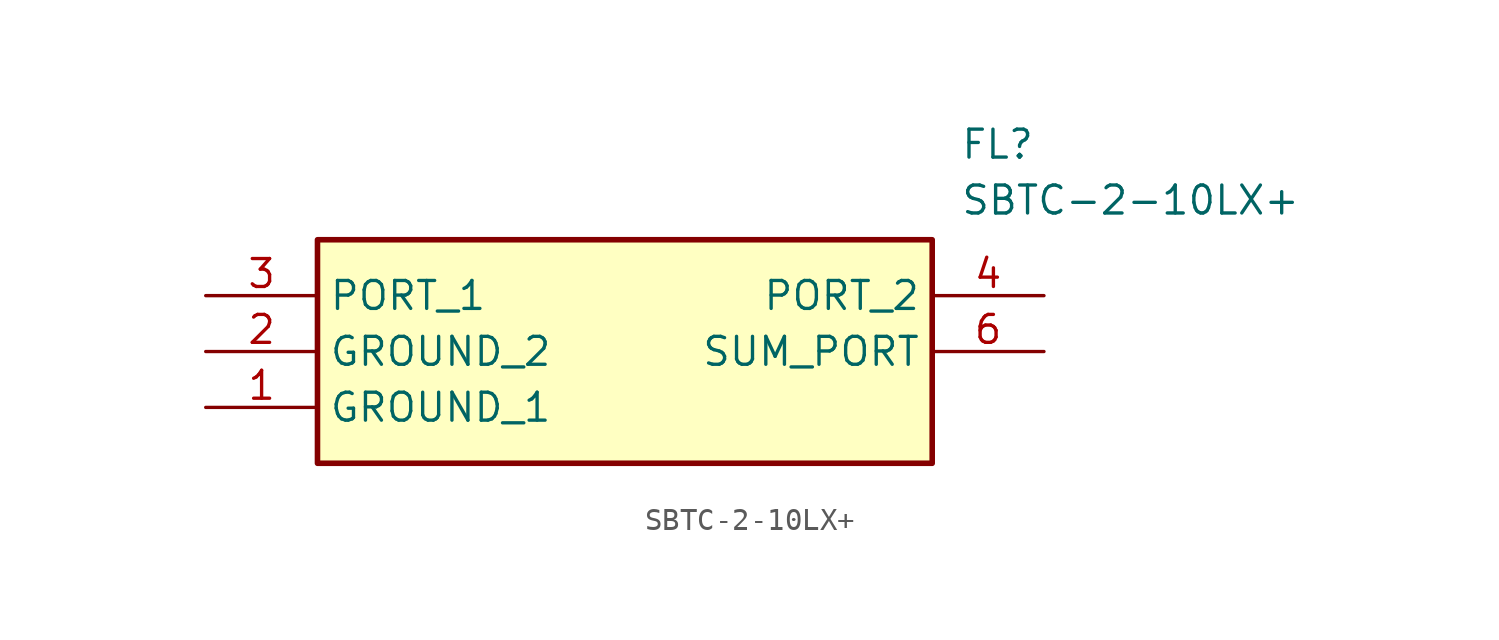
<source format=kicad_sym>
(kicad_symbol_lib
  (version 20211014)
  (generator SamacSys_ECAD_Model)
  (symbol "SBTC-2-10LX+"
    (property "Reference" "FL"
      (at 34.29 7.62 0)
      (effects (font (size 1.27 1.27)) (justify left top)))
    (property "Value" "SBTC-2-10LX+"
      (at 34.29 5.08 0)
      (effects (font (size 1.27 1.27)) (justify left top)))
    (rectangle
      (start 5.08 2.54)
      (end 33.02 -7.62)
      (stroke (width 0.254) (type default))
      (fill (type background)))
    (pin passive line
      (at 0 -5.08 0)
      (length 5.08)
      (name "GROUND_1" (effects (font (size 1.27 1.27))))
      (number "1" (effects (font (size 1.27 1.27)))))
    (pin passive line
      (at 0 -2.54 0)
      (length 5.08)
      (name "GROUND_2" (effects (font (size 1.27 1.27))))
      (number "2" (effects (font (size 1.27 1.27)))))
    (pin passive line
      (at 0 0 0)
      (length 5.08)
      (name "PORT_1" (effects (font (size 1.27 1.27))))
      (number "3" (effects (font (size 1.27 1.27)))))
    (pin passive line
      (at 38.1 0 180)
      (length 5.08)
      (name "PORT_2" (effects (font (size 1.27 1.27))))
      (number "4" (effects (font (size 1.27 1.27)))))
    (pin passive line
      (at 38.1 -2.54 180)
      (length 5.08)
      (name "SUM_PORT" (effects (font (size 1.27 1.27))))
      (number "6" (effects (font (size 1.27 1.27)))))))
</source>
